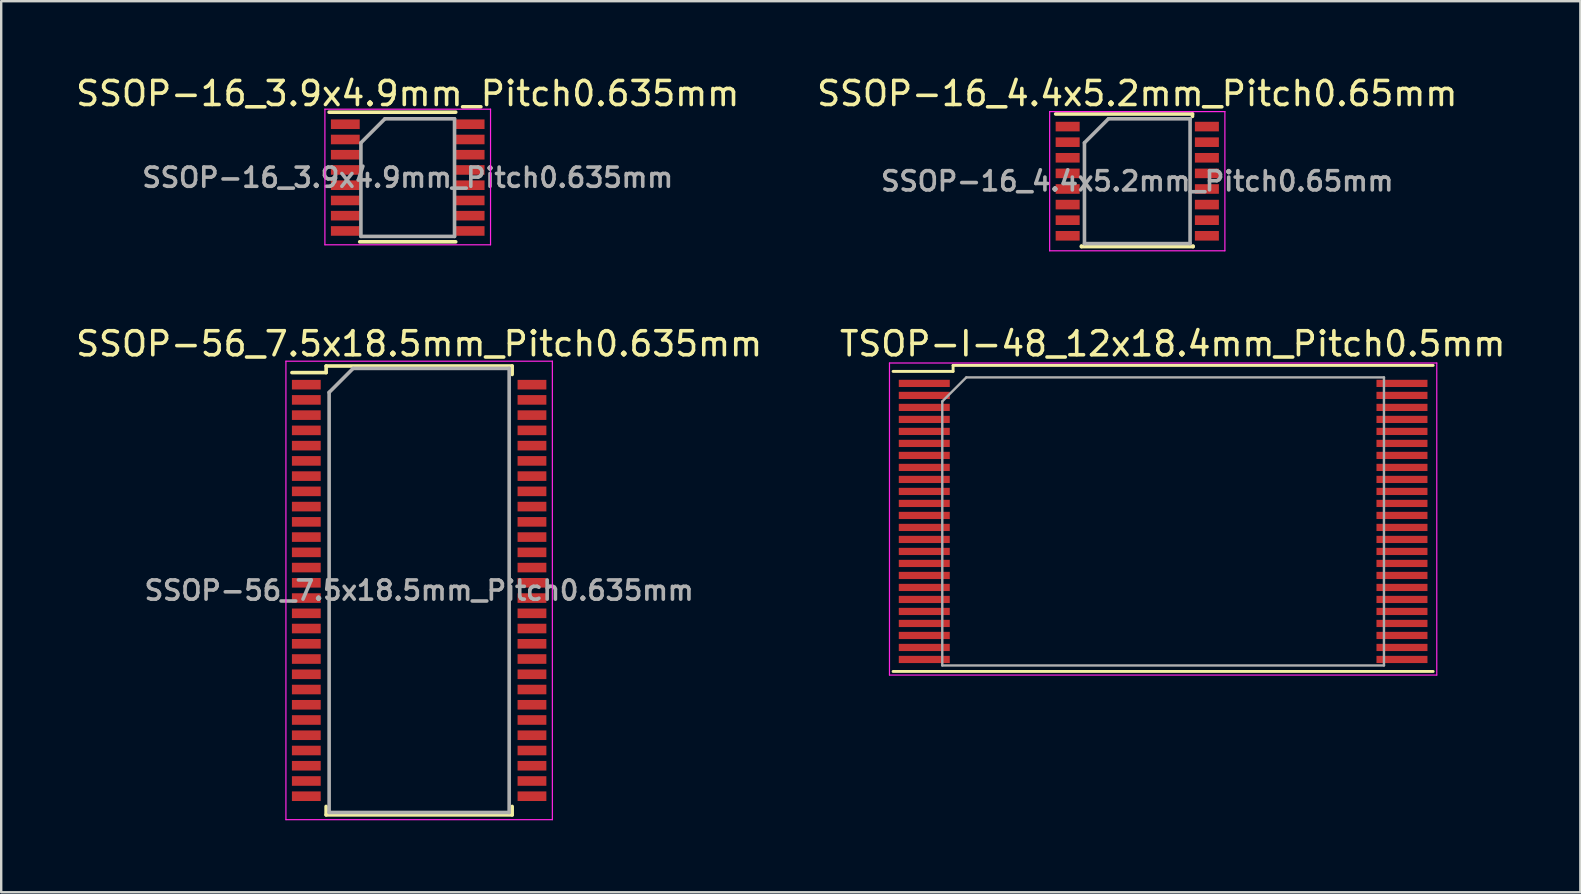
<source format=kicad_pcb>
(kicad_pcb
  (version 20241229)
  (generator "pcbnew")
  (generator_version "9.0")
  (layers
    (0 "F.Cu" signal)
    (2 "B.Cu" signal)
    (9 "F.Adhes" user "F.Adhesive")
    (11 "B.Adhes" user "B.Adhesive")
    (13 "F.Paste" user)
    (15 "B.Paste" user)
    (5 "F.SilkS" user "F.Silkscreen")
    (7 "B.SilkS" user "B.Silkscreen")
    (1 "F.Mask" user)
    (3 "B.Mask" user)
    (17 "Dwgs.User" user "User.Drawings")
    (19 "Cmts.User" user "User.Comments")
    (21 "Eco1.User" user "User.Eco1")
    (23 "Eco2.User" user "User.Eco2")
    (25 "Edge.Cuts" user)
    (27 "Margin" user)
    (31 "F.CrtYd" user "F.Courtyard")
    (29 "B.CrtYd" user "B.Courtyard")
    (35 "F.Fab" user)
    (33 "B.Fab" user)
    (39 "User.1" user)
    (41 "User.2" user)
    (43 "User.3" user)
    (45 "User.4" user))
  (footprint "TSOP-I-48_12x18.4mm_Pitch0.5mm"
    (layer "F.Cu")
    (at 45.404 18.672)
    (property "Reference" "TSOP-I-48_12x18.4mm_Pitch0.5mm" (at 0.4 -7.4 0) (layer "F.SilkS") (effects (font (size 1 1) (thickness 0.15))))
    (attr smd)
    (fp_line (start -11.25 -6.25) (end -8.75 -6.25) (stroke (width 0.12) (type solid)) (layer "F.SilkS"))
    (fp_line (start -11.25 6.25) (end 11.25 6.25) (stroke (width 0.12) (type solid)) (layer "F.SilkS"))
    (fp_line (start -8.75 -6.5) (end 11.25 -6.5) (stroke (width 0.12) (type solid)) (layer "F.SilkS"))
    (fp_line (start -8.75 -6.25) (end -8.75 -6.5) (stroke (width 0.12) (type solid)) (layer "F.SilkS"))
    (fp_line (start -11.4 -6.6) (end -11.4 6.4) (stroke (width 0.05) (type solid)) (layer "F.CrtYd"))
    (fp_line (start -11.4 6.4) (end 11.4 6.4) (stroke (width 0.05) (type solid)) (layer "F.CrtYd"))
    (fp_line (start 11.4 -6.6) (end -11.4 -6.6) (stroke (width 0.05) (type solid)) (layer "F.CrtYd"))
    (fp_line (start 11.4 6.4) (end 11.4 -6.6) (stroke (width 0.05) (type solid)) (layer "F.CrtYd"))
    (fp_line (start -9.2 -5) (end -8.2 -6) (stroke (width 0.1) (type solid)) (layer "F.Fab"))
    (fp_line (start -9.2 6) (end -9.2 -5) (stroke (width 0.1) (type solid)) (layer "F.Fab"))
    (fp_line (start -8.2 -6) (end 9.2 -6) (stroke (width 0.1) (type solid)) (layer "F.Fab"))
    (fp_line (start 9.2 -6) (end 9.2 6) (stroke (width 0.1) (type solid)) (layer "F.Fab"))
    (fp_line (start 9.2 6) (end -9.2 6) (stroke (width 0.1) (type solid)) (layer "F.Fab"))
    (pad "1" smd rect (at -9.95 -5.75) (size 2.124 0.3) (layers "F.Cu" "F.Mask" "F.Paste"))
    (pad "2" smd rect (at -9.95 -5.25) (size 2.124 0.3) (layers "F.Cu" "F.Mask" "F.Paste"))
    (pad "3" smd rect (at -9.95 -4.75) (size 2.124 0.3) (layers "F.Cu" "F.Mask" "F.Paste"))
    (pad "4" smd rect (at -9.95 -4.25) (size 2.124 0.3) (layers "F.Cu" "F.Mask" "F.Paste"))
    (pad "5" smd rect (at -9.95 -3.75) (size 2.124 0.3) (layers "F.Cu" "F.Mask" "F.Paste"))
    (pad "6" smd rect (at -9.95 -3.25) (size 2.124 0.3) (layers "F.Cu" "F.Mask" "F.Paste"))
    (pad "7" smd rect (at -9.95 -2.75) (size 2.124 0.3) (layers "F.Cu" "F.Mask" "F.Paste"))
    (pad "8" smd rect (at -9.95 -2.25) (size 2.124 0.3) (layers "F.Cu" "F.Mask" "F.Paste"))
    (pad "9" smd rect (at -9.95 -1.75) (size 2.124 0.3) (layers "F.Cu" "F.Mask" "F.Paste"))
    (pad "10" smd rect (at -9.95 -1.25) (size 2.124 0.3) (layers "F.Cu" "F.Mask" "F.Paste"))
    (pad "11" smd rect (at -9.95 -0.75) (size 2.124 0.3) (layers "F.Cu" "F.Mask" "F.Paste"))
    (pad "12" smd rect (at -9.95 -0.25) (size 2.124 0.3) (layers "F.Cu" "F.Mask" "F.Paste"))
    (pad "13" smd rect (at -9.95 0.25) (size 2.124 0.3) (layers "F.Cu" "F.Mask" "F.Paste"))
    (pad "14" smd rect (at -9.95 0.75) (size 2.124 0.3) (layers "F.Cu" "F.Mask" "F.Paste"))
    (pad "15" smd rect (at -9.95 1.25) (size 2.124 0.3) (layers "F.Cu" "F.Mask" "F.Paste"))
    (pad "16" smd rect (at -9.95 1.75) (size 2.124 0.3) (layers "F.Cu" "F.Mask" "F.Paste"))
    (pad "17" smd rect (at -9.95 2.25) (size 2.124 0.3) (layers "F.Cu" "F.Mask" "F.Paste"))
    (pad "18" smd rect (at -9.95 2.75) (size 2.124 0.3) (layers "F.Cu" "F.Mask" "F.Paste"))
    (pad "19" smd rect (at -9.95 3.25) (size 2.124 0.3) (layers "F.Cu" "F.Mask" "F.Paste"))
    (pad "20" smd rect (at -9.95 3.75) (size 2.124 0.3) (layers "F.Cu" "F.Mask" "F.Paste"))
    (pad "21" smd rect (at -9.95 4.25) (size 2.124 0.3) (layers "F.Cu" "F.Mask" "F.Paste"))
    (pad "22" smd rect (at -9.95 4.75) (size 2.124 0.3) (layers "F.Cu" "F.Mask" "F.Paste"))
    (pad "23" smd rect (at -9.95 5.25) (size 2.124 0.3) (layers "F.Cu" "F.Mask" "F.Paste"))
    (pad "24" smd rect (at -9.95 5.75) (size 2.124 0.3) (layers "F.Cu" "F.Mask" "F.Paste"))
    (pad "25" smd rect (at 9.95 5.75) (size 2.124 0.3) (layers "F.Cu" "F.Mask" "F.Paste"))
    (pad "26" smd rect (at 9.95 5.25) (size 2.124 0.3) (layers "F.Cu" "F.Mask" "F.Paste"))
    (pad "27" smd rect (at 9.95 4.75) (size 2.124 0.3) (layers "F.Cu" "F.Mask" "F.Paste"))
    (pad "28" smd rect (at 9.95 4.25) (size 2.124 0.3) (layers "F.Cu" "F.Mask" "F.Paste"))
    (pad "29" smd rect (at 9.95 3.75) (size 2.124 0.3) (layers "F.Cu" "F.Mask" "F.Paste"))
    (pad "30" smd rect (at 9.95 3.25) (size 2.124 0.3) (layers "F.Cu" "F.Mask" "F.Paste"))
    (pad "31" smd rect (at 9.95 2.75) (size 2.124 0.3) (layers "F.Cu" "F.Mask" "F.Paste"))
    (pad "32" smd rect (at 9.95 2.25) (size 2.124 0.3) (layers "F.Cu" "F.Mask" "F.Paste"))
    (pad "33" smd rect (at 9.95 1.75) (size 2.124 0.3) (layers "F.Cu" "F.Mask" "F.Paste"))
    (pad "34" smd rect (at 9.95 1.25) (size 2.124 0.3) (layers "F.Cu" "F.Mask" "F.Paste"))
    (pad "35" smd rect (at 9.95 0.75) (size 2.124 0.3) (layers "F.Cu" "F.Mask" "F.Paste"))
    (pad "36" smd rect (at 9.95 0.25) (size 2.124 0.3) (layers "F.Cu" "F.Mask" "F.Paste"))
    (pad "37" smd rect (at 9.95 -0.25) (size 2.124 0.3) (layers "F.Cu" "F.Mask" "F.Paste"))
    (pad "38" smd rect (at 9.95 -0.75) (size 2.124 0.3) (layers "F.Cu" "F.Mask" "F.Paste"))
    (pad "39" smd rect (at 9.95 -1.25) (size 2.124 0.3) (layers "F.Cu" "F.Mask" "F.Paste"))
    (pad "40" smd rect (at 9.95 -1.75) (size 2.124 0.3) (layers "F.Cu" "F.Mask" "F.Paste"))
    (pad "41" smd rect (at 9.95 -2.25) (size 2.124 0.3) (layers "F.Cu" "F.Mask" "F.Paste"))
    (pad "42" smd rect (at 9.95 -2.75) (size 2.124 0.3) (layers "F.Cu" "F.Mask" "F.Paste"))
    (pad "43" smd rect (at 9.95 -3.25) (size 2.124 0.3) (layers "F.Cu" "F.Mask" "F.Paste"))
    (pad "44" smd rect (at 9.95 -3.75) (size 2.124 0.3) (layers "F.Cu" "F.Mask" "F.Paste"))
    (pad "45" smd rect (at 9.95 -4.25) (size 2.124 0.3) (layers "F.Cu" "F.Mask" "F.Paste"))
    (pad "46" smd rect (at 9.95 -4.75) (size 2.124 0.3) (layers "F.Cu" "F.Mask" "F.Paste"))
    (pad "47" smd rect (at 9.95 -5.25) (size 2.124 0.3) (layers "F.Cu" "F.Mask" "F.Paste"))
    (pad "48" smd rect (at 9.95 -5.75) (size 2.124 0.3) (layers "F.Cu" "F.Mask" "F.Paste")))
  (footprint "SSOP-16_3.9x4.9mm_Pitch0.635mm"
    (layer "F.Cu")
    (at 13.935 4.348)
    (property "Reference" "SSOP-16_3.9x4.9mm_Pitch0.635mm" (at 0 -3.5 0) (layer "F.SilkS") (effects (font (size 1 1) (thickness 0.15))))
    (attr smd)
    (fp_line (start -3.275 -2.725) (end 2 -2.725) (stroke (width 0.15) (type solid)) (layer "F.SilkS"))
    (fp_line (start -2 2.675) (end 2 2.675) (stroke (width 0.15) (type solid)) (layer "F.SilkS"))
    (fp_line (start -3.45 -2.85) (end -3.45 2.8) (stroke (width 0.05) (type solid)) (layer "F.CrtYd"))
    (fp_line (start -3.45 -2.85) (end 3.45 -2.85) (stroke (width 0.05) (type solid)) (layer "F.CrtYd"))
    (fp_line (start -3.45 2.8) (end 3.45 2.8) (stroke (width 0.05) (type solid)) (layer "F.CrtYd"))
    (fp_line (start 3.45 -2.85) (end 3.45 2.8) (stroke (width 0.05) (type solid)) (layer "F.CrtYd"))
    (fp_line (start -1.95 -1.45) (end -0.95 -2.45) (stroke (width 0.15) (type solid)) (layer "F.Fab"))
    (fp_line (start -1.95 2.45) (end -1.95 -1.45) (stroke (width 0.15) (type solid)) (layer "F.Fab"))
    (fp_line (start -0.95 -2.45) (end 1.95 -2.45) (stroke (width 0.15) (type solid)) (layer "F.Fab"))
    (fp_line (start 1.95 -2.45) (end 1.95 2.45) (stroke (width 0.15) (type solid)) (layer "F.Fab"))
    (fp_line (start 1.95 2.45) (end -1.95 2.45) (stroke (width 0.15) (type solid)) (layer "F.Fab"))
    (fp_text user "${REFERENCE}" (at 0 0 0) (layer "F.Fab") (effects (font (size 0.8 0.8) (thickness 0.15))))
    (pad "1" smd rect (at -2.6 -2.223) (size 1.2 0.4) (layers "F.Cu" "F.Mask" "F.Paste"))
    (pad "2" smd rect (at -2.6 -1.587) (size 1.2 0.4) (layers "F.Cu" "F.Mask" "F.Paste"))
    (pad "3" smd rect (at -2.6 -0.953) (size 1.2 0.4) (layers "F.Cu" "F.Mask" "F.Paste"))
    (pad "4" smd rect (at -2.6 -0.318) (size 1.2 0.4) (layers "F.Cu" "F.Mask" "F.Paste"))
    (pad "5" smd rect (at -2.6 0.318) (size 1.2 0.4) (layers "F.Cu" "F.Mask" "F.Paste"))
    (pad "6" smd rect (at -2.6 0.953) (size 1.2 0.4) (layers "F.Cu" "F.Mask" "F.Paste"))
    (pad "7" smd rect (at -2.6 1.587) (size 1.2 0.4) (layers "F.Cu" "F.Mask" "F.Paste"))
    (pad "8" smd rect (at -2.6 2.223) (size 1.2 0.4) (layers "F.Cu" "F.Mask" "F.Paste"))
    (pad "9" smd rect (at 2.6 2.223) (size 1.2 0.4) (layers "F.Cu" "F.Mask" "F.Paste"))
    (pad "10" smd rect (at 2.6 1.587) (size 1.2 0.4) (layers "F.Cu" "F.Mask" "F.Paste"))
    (pad "11" smd rect (at 2.6 0.953) (size 1.2 0.4) (layers "F.Cu" "F.Mask" "F.Paste"))
    (pad "12" smd rect (at 2.6 0.318) (size 1.2 0.4) (layers "F.Cu" "F.Mask" "F.Paste"))
    (pad "13" smd rect (at 2.6 -0.318) (size 1.2 0.4) (layers "F.Cu" "F.Mask" "F.Paste"))
    (pad "14" smd rect (at 2.6 -0.953) (size 1.2 0.4) (layers "F.Cu" "F.Mask" "F.Paste"))
    (pad "15" smd rect (at 2.6 -1.587) (size 1.2 0.4) (layers "F.Cu" "F.Mask" "F.Paste"))
    (pad "16" smd rect (at 2.6 -2.223) (size 1.2 0.4) (layers "F.Cu" "F.Mask" "F.Paste")))
  (footprint "SSOP-56_7.5x18.5mm_Pitch0.635mm"
    (layer "F.Cu")
    (at 14.411 21.547)
    (property "Reference" "SSOP-56_7.5x18.5mm_Pitch0.635mm" (at 0 -10.275 0) (layer "F.SilkS") (effects (font (size 1 1) (thickness 0.15))))
    (attr smd)
    (fp_line (start -3.875 -9.35) (end -3.875 -9.075) (stroke (width 0.15) (type solid)) (layer "F.SilkS"))
    (fp_line (start -3.875 -9.35) (end 3.875 -9.35) (stroke (width 0.15) (type solid)) (layer "F.SilkS"))
    (fp_line (start -3.875 -9.075) (end -5.3 -9.075) (stroke (width 0.15) (type solid)) (layer "F.SilkS"))
    (fp_line (start -3.875 9.35) (end -3.875 8.998) (stroke (width 0.15) (type solid)) (layer "F.SilkS"))
    (fp_line (start -3.875 9.35) (end 3.875 9.35) (stroke (width 0.15) (type solid)) (layer "F.SilkS"))
    (fp_line (start 3.875 -9.35) (end 3.875 -8.998) (stroke (width 0.15) (type solid)) (layer "F.SilkS"))
    (fp_line (start 3.875 9.35) (end 3.875 8.998) (stroke (width 0.15) (type solid)) (layer "F.SilkS"))
    (fp_line (start -5.55 -9.55) (end -5.55 9.55) (stroke (width 0.05) (type solid)) (layer "F.CrtYd"))
    (fp_line (start -5.55 -9.55) (end 5.55 -9.55) (stroke (width 0.05) (type solid)) (layer "F.CrtYd"))
    (fp_line (start -5.55 9.55) (end 5.55 9.55) (stroke (width 0.05) (type solid)) (layer "F.CrtYd"))
    (fp_line (start 5.55 -9.55) (end 5.55 9.55) (stroke (width 0.05) (type solid)) (layer "F.CrtYd"))
    (fp_line (start -3.75 -8.25) (end -2.75 -9.25) (stroke (width 0.15) (type solid)) (layer "F.Fab"))
    (fp_line (start -3.75 9.25) (end -3.75 -8.25) (stroke (width 0.15) (type solid)) (layer "F.Fab"))
    (fp_line (start -2.75 -9.25) (end 3.75 -9.25) (stroke (width 0.15) (type solid)) (layer "F.Fab"))
    (fp_line (start 3.75 -9.25) (end 3.75 9.25) (stroke (width 0.15) (type solid)) (layer "F.Fab"))
    (fp_line (start 3.75 9.25) (end -3.75 9.25) (stroke (width 0.15) (type solid)) (layer "F.Fab"))
    (fp_text user "${REFERENCE}" (at 0 0 0) (layer "F.Fab") (effects (font (size 0.8 0.8) (thickness 0.15))))
    (pad "1" smd rect (at -4.7 -8.572) (size 1.2 0.4) (layers "F.Cu" "F.Mask" "F.Paste"))
    (pad "2" smd rect (at -4.7 -7.938) (size 1.2 0.4) (layers "F.Cu" "F.Mask" "F.Paste"))
    (pad "3" smd rect (at -4.7 -7.303) (size 1.2 0.4) (layers "F.Cu" "F.Mask" "F.Paste"))
    (pad "4" smd rect (at -4.7 -6.668) (size 1.2 0.4) (layers "F.Cu" "F.Mask" "F.Paste"))
    (pad "5" smd rect (at -4.7 -6.032) (size 1.2 0.4) (layers "F.Cu" "F.Mask" "F.Paste"))
    (pad "6" smd rect (at -4.7 -5.397) (size 1.2 0.4) (layers "F.Cu" "F.Mask" "F.Paste"))
    (pad "7" smd rect (at -4.7 -4.763) (size 1.2 0.4) (layers "F.Cu" "F.Mask" "F.Paste"))
    (pad "8" smd rect (at -4.7 -4.128) (size 1.2 0.4) (layers "F.Cu" "F.Mask" "F.Paste"))
    (pad "9" smd rect (at -4.7 -3.493) (size 1.2 0.4) (layers "F.Cu" "F.Mask" "F.Paste"))
    (pad "10" smd rect (at -4.7 -2.857) (size 1.2 0.4) (layers "F.Cu" "F.Mask" "F.Paste"))
    (pad "11" smd rect (at -4.7 -2.223) (size 1.2 0.4) (layers "F.Cu" "F.Mask" "F.Paste"))
    (pad "12" smd rect (at -4.7 -1.587) (size 1.2 0.4) (layers "F.Cu" "F.Mask" "F.Paste"))
    (pad "13" smd rect (at -4.7 -0.953) (size 1.2 0.4) (layers "F.Cu" "F.Mask" "F.Paste"))
    (pad "14" smd rect (at -4.7 -0.318) (size 1.2 0.4) (layers "F.Cu" "F.Mask" "F.Paste"))
    (pad "15" smd rect (at -4.7 0.318) (size 1.2 0.4) (layers "F.Cu" "F.Mask" "F.Paste"))
    (pad "16" smd rect (at -4.7 0.953) (size 1.2 0.4) (layers "F.Cu" "F.Mask" "F.Paste"))
    (pad "17" smd rect (at -4.7 1.587) (size 1.2 0.4) (layers "F.Cu" "F.Mask" "F.Paste"))
    (pad "18" smd rect (at -4.7 2.223) (size 1.2 0.4) (layers "F.Cu" "F.Mask" "F.Paste"))
    (pad "19" smd rect (at -4.7 2.857) (size 1.2 0.4) (layers "F.Cu" "F.Mask" "F.Paste"))
    (pad "20" smd rect (at -4.7 3.493) (size 1.2 0.4) (layers "F.Cu" "F.Mask" "F.Paste"))
    (pad "21" smd rect (at -4.7 4.128) (size 1.2 0.4) (layers "F.Cu" "F.Mask" "F.Paste"))
    (pad "22" smd rect (at -4.7 4.763) (size 1.2 0.4) (layers "F.Cu" "F.Mask" "F.Paste"))
    (pad "23" smd rect (at -4.7 5.397) (size 1.2 0.4) (layers "F.Cu" "F.Mask" "F.Paste"))
    (pad "24" smd rect (at -4.7 6.032) (size 1.2 0.4) (layers "F.Cu" "F.Mask" "F.Paste"))
    (pad "25" smd rect (at -4.7 6.668) (size 1.2 0.4) (layers "F.Cu" "F.Mask" "F.Paste"))
    (pad "26" smd rect (at -4.7 7.303) (size 1.2 0.4) (layers "F.Cu" "F.Mask" "F.Paste"))
    (pad "27" smd rect (at -4.7 7.938) (size 1.2 0.4) (layers "F.Cu" "F.Mask" "F.Paste"))
    (pad "28" smd rect (at -4.7 8.572) (size 1.2 0.4) (layers "F.Cu" "F.Mask" "F.Paste"))
    (pad "29" smd rect (at 4.7 8.572) (size 1.2 0.4) (layers "F.Cu" "F.Mask" "F.Paste"))
    (pad "30" smd rect (at 4.7 7.938) (size 1.2 0.4) (layers "F.Cu" "F.Mask" "F.Paste"))
    (pad "31" smd rect (at 4.7 7.303) (size 1.2 0.4) (layers "F.Cu" "F.Mask" "F.Paste"))
    (pad "32" smd rect (at 4.7 6.668) (size 1.2 0.4) (layers "F.Cu" "F.Mask" "F.Paste"))
    (pad "33" smd rect (at 4.7 6.032) (size 1.2 0.4) (layers "F.Cu" "F.Mask" "F.Paste"))
    (pad "34" smd rect (at 4.7 5.397) (size 1.2 0.4) (layers "F.Cu" "F.Mask" "F.Paste"))
    (pad "35" smd rect (at 4.7 4.763) (size 1.2 0.4) (layers "F.Cu" "F.Mask" "F.Paste"))
    (pad "36" smd rect (at 4.7 4.128) (size 1.2 0.4) (layers "F.Cu" "F.Mask" "F.Paste"))
    (pad "37" smd rect (at 4.7 3.493) (size 1.2 0.4) (layers "F.Cu" "F.Mask" "F.Paste"))
    (pad "38" smd rect (at 4.7 2.857) (size 1.2 0.4) (layers "F.Cu" "F.Mask" "F.Paste"))
    (pad "39" smd rect (at 4.7 2.223) (size 1.2 0.4) (layers "F.Cu" "F.Mask" "F.Paste"))
    (pad "40" smd rect (at 4.7 1.587) (size 1.2 0.4) (layers "F.Cu" "F.Mask" "F.Paste"))
    (pad "41" smd rect (at 4.7 0.953) (size 1.2 0.4) (layers "F.Cu" "F.Mask" "F.Paste"))
    (pad "42" smd rect (at 4.7 0.318) (size 1.2 0.4) (layers "F.Cu" "F.Mask" "F.Paste"))
    (pad "43" smd rect (at 4.7 -0.318) (size 1.2 0.4) (layers "F.Cu" "F.Mask" "F.Paste"))
    (pad "44" smd rect (at 4.7 -0.953) (size 1.2 0.4) (layers "F.Cu" "F.Mask" "F.Paste"))
    (pad "45" smd rect (at 4.7 -1.587) (size 1.2 0.4) (layers "F.Cu" "F.Mask" "F.Paste"))
    (pad "46" smd rect (at 4.7 -2.223) (size 1.2 0.4) (layers "F.Cu" "F.Mask" "F.Paste"))
    (pad "47" smd rect (at 4.7 -2.857) (size 1.2 0.4) (layers "F.Cu" "F.Mask" "F.Paste"))
    (pad "48" smd rect (at 4.7 -3.493) (size 1.2 0.4) (layers "F.Cu" "F.Mask" "F.Paste"))
    (pad "49" smd rect (at 4.7 -4.128) (size 1.2 0.4) (layers "F.Cu" "F.Mask" "F.Paste"))
    (pad "50" smd rect (at 4.7 -4.763) (size 1.2 0.4) (layers "F.Cu" "F.Mask" "F.Paste"))
    (pad "51" smd rect (at 4.7 -5.397) (size 1.2 0.4) (layers "F.Cu" "F.Mask" "F.Paste"))
    (pad "52" smd rect (at 4.7 -6.032) (size 1.2 0.4) (layers "F.Cu" "F.Mask" "F.Paste"))
    (pad "53" smd rect (at 4.7 -6.668) (size 1.2 0.4) (layers "F.Cu" "F.Mask" "F.Paste"))
    (pad "54" smd rect (at 4.7 -7.303) (size 1.2 0.4) (layers "F.Cu" "F.Mask" "F.Paste"))
    (pad "55" smd rect (at 4.7 -7.938) (size 1.2 0.4) (layers "F.Cu" "F.Mask" "F.Paste"))
    (pad "56" smd rect (at 4.7 -8.572) (size 1.2 0.4) (layers "F.Cu" "F.Mask" "F.Paste")))
  (footprint "SSOP-16_4.4x5.2mm_Pitch0.65mm"
    (layer "F.Cu")
    (at 44.327 4.498)
    (property "Reference" "SSOP-16_4.4x5.2mm_Pitch0.65mm" (at 0 -3.65 0) (layer "F.SilkS") (effects (font (size 1 1) (thickness 0.15))))
    (attr smd)
    (fp_line (start -3.4 -2.8) (end 2.3 -2.8) (stroke (width 0.15) (type solid)) (layer "F.SilkS"))
    (fp_line (start -2.325 2.725) (end -2.325 2.7) (stroke (width 0.15) (type solid)) (layer "F.SilkS"))
    (fp_line (start -2.325 2.725) (end 2.325 2.725) (stroke (width 0.15) (type solid)) (layer "F.SilkS"))
    (fp_line (start 2.3 -2.8) (end 2.3 -2.7) (stroke (width 0.15) (type solid)) (layer "F.SilkS"))
    (fp_line (start 2.325 2.725) (end 2.325 2.7) (stroke (width 0.15) (type solid)) (layer "F.SilkS"))
    (fp_line (start -3.65 -2.9) (end -3.65 2.9) (stroke (width 0.05) (type solid)) (layer "F.CrtYd"))
    (fp_line (start -3.65 -2.9) (end 3.65 -2.9) (stroke (width 0.05) (type solid)) (layer "F.CrtYd"))
    (fp_line (start -3.65 2.9) (end 3.65 2.9) (stroke (width 0.05) (type solid)) (layer "F.CrtYd"))
    (fp_line (start 3.65 -2.9) (end 3.65 2.9) (stroke (width 0.05) (type solid)) (layer "F.CrtYd"))
    (fp_line (start -2.2 -1.6) (end -1.2 -2.6) (stroke (width 0.15) (type solid)) (layer "F.Fab"))
    (fp_line (start -2.2 2.6) (end -2.2 -1.6) (stroke (width 0.15) (type solid)) (layer "F.Fab"))
    (fp_line (start -1.2 -2.6) (end 2.2 -2.6) (stroke (width 0.15) (type solid)) (layer "F.Fab"))
    (fp_line (start 2.2 -2.6) (end 2.2 2.6) (stroke (width 0.15) (type solid)) (layer "F.Fab"))
    (fp_line (start 2.2 2.6) (end -2.2 2.6) (stroke (width 0.15) (type solid)) (layer "F.Fab"))
    (fp_text user "${REFERENCE}" (at 0 0 0) (layer "F.Fab") (effects (font (size 0.8 0.8) (thickness 0.15))))
    (pad "1" smd rect (at -2.9 -2.275) (size 1 0.4) (layers "F.Cu" "F.Mask" "F.Paste"))
    (pad "2" smd rect (at -2.9 -1.625) (size 1 0.4) (layers "F.Cu" "F.Mask" "F.Paste"))
    (pad "3" smd rect (at -2.9 -0.975) (size 1 0.4) (layers "F.Cu" "F.Mask" "F.Paste"))
    (pad "4" smd rect (at -2.9 -0.325) (size 1 0.4) (layers "F.Cu" "F.Mask" "F.Paste"))
    (pad "5" smd rect (at -2.9 0.325) (size 1 0.4) (layers "F.Cu" "F.Mask" "F.Paste"))
    (pad "6" smd rect (at -2.9 0.975) (size 1 0.4) (layers "F.Cu" "F.Mask" "F.Paste"))
    (pad "7" smd rect (at -2.9 1.625) (size 1 0.4) (layers "F.Cu" "F.Mask" "F.Paste"))
    (pad "8" smd rect (at -2.9 2.275) (size 1 0.4) (layers "F.Cu" "F.Mask" "F.Paste"))
    (pad "9" smd rect (at 2.9 2.275) (size 1 0.4) (layers "F.Cu" "F.Mask" "F.Paste"))
    (pad "10" smd rect (at 2.9 1.625) (size 1 0.4) (layers "F.Cu" "F.Mask" "F.Paste"))
    (pad "11" smd rect (at 2.9 0.975) (size 1 0.4) (layers "F.Cu" "F.Mask" "F.Paste"))
    (pad "12" smd rect (at 2.9 0.325) (size 1 0.4) (layers "F.Cu" "F.Mask" "F.Paste"))
    (pad "13" smd rect (at 2.9 -0.325) (size 1 0.4) (layers "F.Cu" "F.Mask" "F.Paste"))
    (pad "14" smd rect (at 2.9 -0.975) (size 1 0.4) (layers "F.Cu" "F.Mask" "F.Paste"))
    (pad "15" smd rect (at 2.9 -1.625) (size 1 0.4) (layers "F.Cu" "F.Mask" "F.Paste"))
    (pad "16" smd rect (at 2.9 -2.275) (size 1 0.4) (layers "F.Cu" "F.Mask" "F.Paste")))
  (gr_rect
    (start -3 -3)
    (end 62.786 34.121)
    (stroke (width 0.1) (type default))
    (fill no)
    (layer "Edge.Cuts")))
</source>
